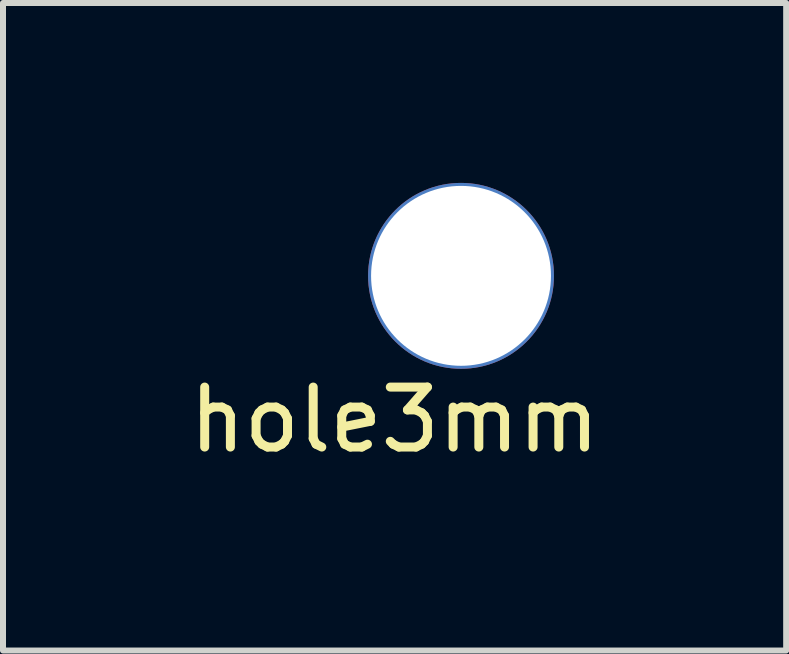
<source format=kicad_pcb>
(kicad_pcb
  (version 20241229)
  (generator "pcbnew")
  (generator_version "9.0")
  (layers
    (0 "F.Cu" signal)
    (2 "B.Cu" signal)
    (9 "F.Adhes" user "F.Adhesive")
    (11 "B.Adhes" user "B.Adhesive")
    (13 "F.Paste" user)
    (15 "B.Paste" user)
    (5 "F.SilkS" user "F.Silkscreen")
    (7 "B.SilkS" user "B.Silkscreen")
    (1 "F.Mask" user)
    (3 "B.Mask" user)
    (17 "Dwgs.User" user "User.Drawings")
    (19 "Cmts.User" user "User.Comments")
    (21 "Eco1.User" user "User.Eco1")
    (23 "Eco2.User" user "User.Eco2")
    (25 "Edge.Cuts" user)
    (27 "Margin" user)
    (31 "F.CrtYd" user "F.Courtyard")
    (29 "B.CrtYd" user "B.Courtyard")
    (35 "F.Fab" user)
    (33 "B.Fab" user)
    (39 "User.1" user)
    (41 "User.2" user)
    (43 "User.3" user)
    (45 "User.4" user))
  (footprint "hole3mm"
    (layer "F.Cu")
    (at 3.53 1.41)
    (property "Reference" "hole3mm" (at 0 2.54 0) (layer "F.SilkS") (effects (font (size 1 1) (thickness 0.15))))
    (attr through_hole)
    (pad "1" thru_hole circle (at 1.108 0.14) (size 3.1 3.1) (drill 3) (layers "*.Cu" "*.Mask")))
  (gr_rect
    (start -3 -3)
    (end 10.06 7.798)
    (stroke (width 0.1) (type default))
    (fill no)
    (layer "Edge.Cuts")))
</source>
